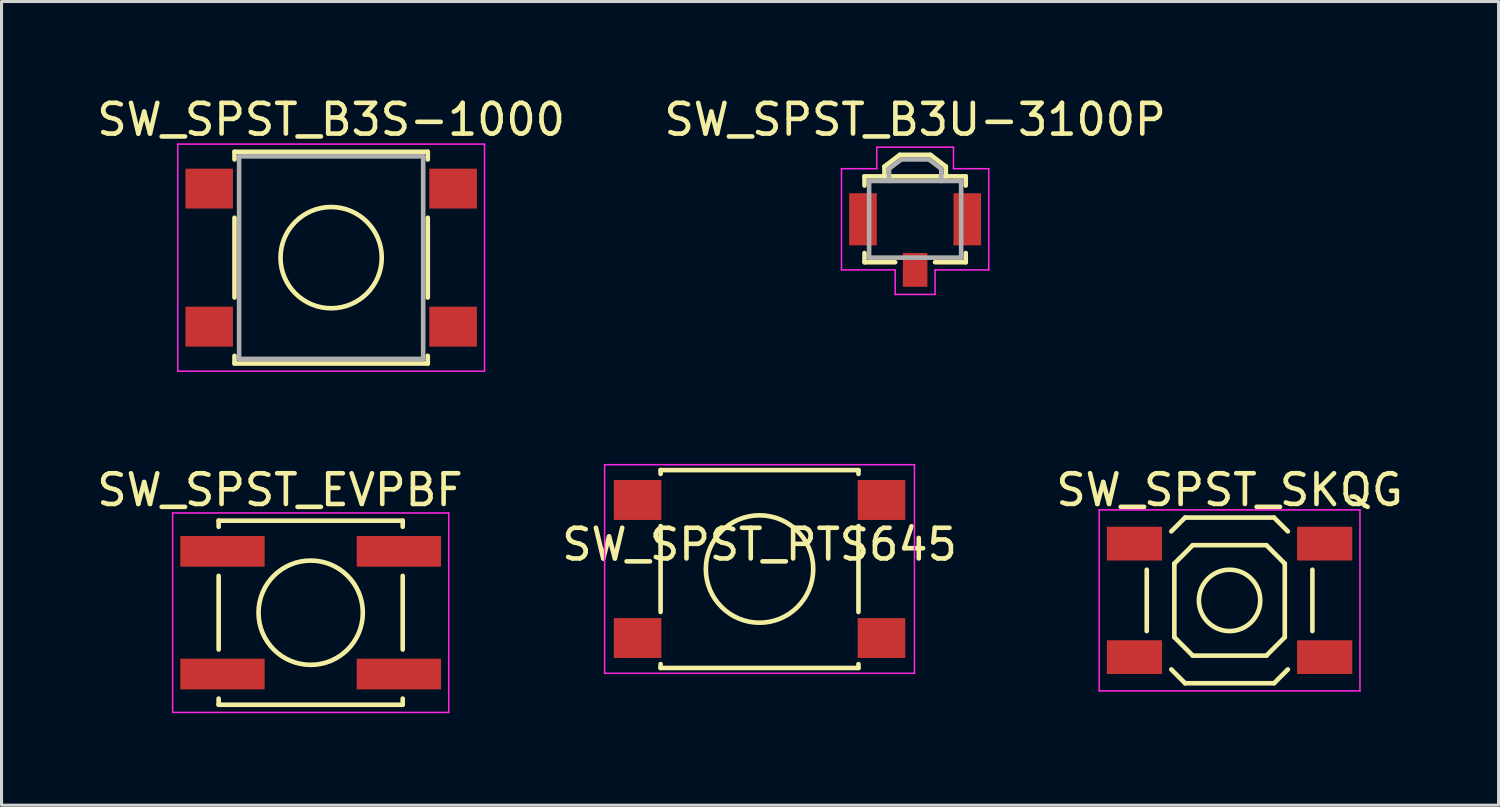
<source format=kicad_pcb>
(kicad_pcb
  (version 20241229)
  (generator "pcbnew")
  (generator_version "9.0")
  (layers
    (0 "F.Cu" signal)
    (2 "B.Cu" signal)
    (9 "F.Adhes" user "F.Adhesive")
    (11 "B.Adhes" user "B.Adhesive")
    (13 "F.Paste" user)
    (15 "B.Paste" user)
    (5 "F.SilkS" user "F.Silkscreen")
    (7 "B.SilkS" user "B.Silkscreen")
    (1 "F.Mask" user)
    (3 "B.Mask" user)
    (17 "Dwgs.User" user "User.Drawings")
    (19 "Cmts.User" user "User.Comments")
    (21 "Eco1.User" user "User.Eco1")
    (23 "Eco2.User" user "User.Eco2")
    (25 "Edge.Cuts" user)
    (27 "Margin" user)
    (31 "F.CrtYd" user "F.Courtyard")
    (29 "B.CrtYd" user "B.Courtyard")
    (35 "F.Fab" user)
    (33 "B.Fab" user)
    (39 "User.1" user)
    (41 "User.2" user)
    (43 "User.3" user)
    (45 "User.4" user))
  (footprint "SW_SPST_B3U-3100P"
    (layer "F.Cu")
    (at 26.78 4.098)
    (property "Reference" "SW_SPST_B3U-3100P" (at 0 -3.25 0) (layer "F.SilkS") (effects (font (size 1 1) (thickness 0.15))))
    (attr smd)
    (fp_line (start -1.65 -1.4) (end 1.65 -1.4) (stroke (width 0.15) (type solid)) (layer "F.SilkS"))
    (fp_line (start -1.65 -1.1) (end -1.65 -1.4) (stroke (width 0.15) (type solid)) (layer "F.SilkS"))
    (fp_line (start -1.65 1.1) (end -1.65 1.4) (stroke (width 0.15) (type solid)) (layer "F.SilkS"))
    (fp_line (start -1.65 1.4) (end -0.65 1.4) (stroke (width 0.15) (type solid)) (layer "F.SilkS"))
    (fp_line (start -1 -1.72) (end -1 -1.4) (stroke (width 0.15) (type solid)) (layer "F.SilkS"))
    (fp_line (start -0.5 -2.1) (end -1 -1.72) (stroke (width 0.15) (type solid)) (layer "F.SilkS"))
    (fp_line (start -0.5 -2.1) (end 0.5 -2.1) (stroke (width 0.15) (type solid)) (layer "F.SilkS"))
    (fp_line (start 0.5 -2.1) (end 1 -1.72) (stroke (width 0.15) (type solid)) (layer "F.SilkS"))
    (fp_line (start 1 -1.72) (end 1 -1.4) (stroke (width 0.15) (type solid)) (layer "F.SilkS"))
    (fp_line (start 1.65 -1.4) (end 1.65 -1.1) (stroke (width 0.15) (type solid)) (layer "F.SilkS"))
    (fp_line (start 1.65 1.4) (end 0.65 1.4) (stroke (width 0.15) (type solid)) (layer "F.SilkS"))
    (fp_line (start 1.65 1.4) (end 1.65 1.1) (stroke (width 0.15) (type solid)) (layer "F.SilkS"))
    (fp_line (start -2.4 -1.65) (end -2.4 1.65) (stroke (width 0.05) (type solid)) (layer "F.CrtYd"))
    (fp_line (start -2.4 1.65) (end -0.65 1.65) (stroke (width 0.05) (type solid)) (layer "F.CrtYd"))
    (fp_line (start -1.25 -2.35) (end 1.25 -2.35) (stroke (width 0.05) (type solid)) (layer "F.CrtYd"))
    (fp_line (start -1.25 -1.65) (end -2.4 -1.65) (stroke (width 0.05) (type solid)) (layer "F.CrtYd"))
    (fp_line (start -1.25 -1.65) (end -1.25 -2.35) (stroke (width 0.05) (type solid)) (layer "F.CrtYd"))
    (fp_line (start -0.65 1.65) (end -0.65 2.45) (stroke (width 0.05) (type solid)) (layer "F.CrtYd"))
    (fp_line (start -0.65 2.45) (end 0.65 2.45) (stroke (width 0.05) (type solid)) (layer "F.CrtYd"))
    (fp_line (start 0.65 1.65) (end 2.4 1.65) (stroke (width 0.05) (type solid)) (layer "F.CrtYd"))
    (fp_line (start 0.65 2.45) (end 0.65 1.65) (stroke (width 0.05) (type solid)) (layer "F.CrtYd"))
    (fp_line (start 1.25 -2.35) (end 1.25 -1.65) (stroke (width 0.05) (type solid)) (layer "F.CrtYd"))
    (fp_line (start 1.25 -1.65) (end 2.4 -1.65) (stroke (width 0.05) (type solid)) (layer "F.CrtYd"))
    (fp_line (start 2.4 1.65) (end 2.4 -1.65) (stroke (width 0.05) (type solid)) (layer "F.CrtYd"))
    (fp_line (start -1.5 -1.25) (end 1.5 -1.25) (stroke (width 0.15) (type solid)) (layer "F.Fab"))
    (fp_line (start -1.5 1.25) (end -1.5 -1.25) (stroke (width 0.15) (type solid)) (layer "F.Fab"))
    (fp_line (start -0.85 -1.65) (end -0.45 -1.95) (stroke (width 0.15) (type solid)) (layer "F.Fab"))
    (fp_line (start -0.85 -1.25) (end -0.85 -1.65) (stroke (width 0.15) (type solid)) (layer "F.Fab"))
    (fp_line (start -0.45 -1.95) (end 0.45 -1.95) (stroke (width 0.15) (type solid)) (layer "F.Fab"))
    (fp_line (start 0.45 -1.95) (end 0.85 -1.65) (stroke (width 0.15) (type solid)) (layer "F.Fab"))
    (fp_line (start 0.85 -1.65) (end 0.85 -1.25) (stroke (width 0.15) (type solid)) (layer "F.Fab"))
    (fp_line (start 1.5 -1.25) (end 1.5 1.25) (stroke (width 0.15) (type solid)) (layer "F.Fab"))
    (fp_line (start 1.5 1.25) (end -1.5 1.25) (stroke (width 0.15) (type solid)) (layer "F.Fab"))
    (pad "1" smd rect (at -1.7 0) (size 0.9 1.7) (layers "F.Cu" "F.Mask" "F.Paste"))
    (pad "2" smd rect (at 1.7 0) (size 0.9 1.7) (layers "F.Cu" "F.Mask" "F.Paste"))
    (pad "3" smd rect (at 0 1.65) (size 0.8 1.1) (layers "F.Cu" "F.Mask" "F.Paste")))
  (footprint "SW_SPST_B3S-1000"
    (layer "F.Cu")
    (at 7.744 5.348)
    (property "Reference" "SW_SPST_B3S-1000" (at 0 -4.5 0) (layer "F.SilkS") (effects (font (size 1 1) (thickness 0.15))))
    (attr smd)
    (fp_line (start -3.15 -3.45) (end 3.15 -3.45) (stroke (width 0.15) (type solid)) (layer "F.SilkS"))
    (fp_line (start -3.15 -3.2) (end -3.15 -3.45) (stroke (width 0.15) (type solid)) (layer "F.SilkS"))
    (fp_line (start -3.15 1.3) (end -3.15 -1.3) (stroke (width 0.15) (type solid)) (layer "F.SilkS"))
    (fp_line (start -3.15 3.45) (end -3.15 3.2) (stroke (width 0.15) (type solid)) (layer "F.SilkS"))
    (fp_line (start 3.15 -3.45) (end 3.15 -3.2) (stroke (width 0.15) (type solid)) (layer "F.SilkS"))
    (fp_line (start 3.15 -1.3) (end 3.15 1.3) (stroke (width 0.15) (type solid)) (layer "F.SilkS"))
    (fp_line (start 3.15 3.2) (end 3.15 3.45) (stroke (width 0.15) (type solid)) (layer "F.SilkS"))
    (fp_line (start 3.15 3.45) (end -3.15 3.45) (stroke (width 0.15) (type solid)) (layer "F.SilkS"))
    (fp_circle (center 0 0) (end 1.65 0) (stroke (width 0.15) (type solid)) (fill no) (layer "F.SilkS"))
    (fp_line (start -5 -3.7) (end -5 3.7) (stroke (width 0.05) (type solid)) (layer "F.CrtYd"))
    (fp_line (start -5 3.7) (end 5 3.7) (stroke (width 0.05) (type solid)) (layer "F.CrtYd"))
    (fp_line (start 5 -3.7) (end -5 -3.7) (stroke (width 0.05) (type solid)) (layer "F.CrtYd"))
    (fp_line (start 5 3.7) (end 5 -3.7) (stroke (width 0.05) (type solid)) (layer "F.CrtYd"))
    (fp_line (start -3 -3.3) (end 3 -3.3) (stroke (width 0.15) (type solid)) (layer "F.Fab"))
    (fp_line (start -3 3.3) (end -3 -3.3) (stroke (width 0.15) (type solid)) (layer "F.Fab"))
    (fp_line (start 3 -3.3) (end 3 3.3) (stroke (width 0.15) (type solid)) (layer "F.Fab"))
    (fp_line (start 3 3.3) (end -3 3.3) (stroke (width 0.15) (type solid)) (layer "F.Fab"))
    (pad "1" smd rect (at -3.975 -2.25) (size 1.55 1.3) (layers "F.Cu" "F.Mask" "F.Paste"))
    (pad "1" smd rect (at 3.975 -2.25) (size 1.55 1.3) (layers "F.Cu" "F.Mask" "F.Paste"))
    (pad "2" smd rect (at -3.975 2.25) (size 1.55 1.3) (layers "F.Cu" "F.Mask" "F.Paste"))
    (pad "2" smd rect (at 3.975 2.25) (size 1.55 1.3) (layers "F.Cu" "F.Mask" "F.Paste")))
  (footprint "SW_SPST_SKQG"
    (layer "F.Cu")
    (at 37.03 16.521)
    (property "Reference" "SW_SPST_SKQG" (at 0 -3.6 0) (layer "F.SilkS") (effects (font (size 1 1) (thickness 0.15))))
    (attr smd)
    (fp_line (start -2.7 1) (end -2.7 -1) (stroke (width 0.15) (type solid)) (layer "F.SilkS"))
    (fp_line (start -1.9 -2.25) (end -1.45 -2.7) (stroke (width 0.15) (type solid)) (layer "F.SilkS"))
    (fp_line (start -1.8 -1.2) (end -1.2 -1.8) (stroke (width 0.15) (type solid)) (layer "F.SilkS"))
    (fp_line (start -1.8 1.2) (end -1.8 -1.2) (stroke (width 0.15) (type solid)) (layer "F.SilkS"))
    (fp_line (start -1.45 -2.7) (end 1.45 -2.7) (stroke (width 0.15) (type solid)) (layer "F.SilkS"))
    (fp_line (start -1.45 2.7) (end -1.9 2.25) (stroke (width 0.15) (type solid)) (layer "F.SilkS"))
    (fp_line (start -1.2 -1.8) (end 1.2 -1.8) (stroke (width 0.15) (type solid)) (layer "F.SilkS"))
    (fp_line (start -1.2 1.8) (end -1.8 1.2) (stroke (width 0.15) (type solid)) (layer "F.SilkS"))
    (fp_line (start 1.2 -1.8) (end 1.8 -1.2) (stroke (width 0.15) (type solid)) (layer "F.SilkS"))
    (fp_line (start 1.2 1.8) (end -1.2 1.8) (stroke (width 0.15) (type solid)) (layer "F.SilkS"))
    (fp_line (start 1.45 -2.7) (end 1.9 -2.25) (stroke (width 0.15) (type solid)) (layer "F.SilkS"))
    (fp_line (start 1.45 2.7) (end -1.45 2.7) (stroke (width 0.15) (type solid)) (layer "F.SilkS"))
    (fp_line (start 1.8 -1.2) (end 1.8 1.2) (stroke (width 0.15) (type solid)) (layer "F.SilkS"))
    (fp_line (start 1.8 1.2) (end 1.2 1.8) (stroke (width 0.15) (type solid)) (layer "F.SilkS"))
    (fp_line (start 1.9 2.25) (end 1.45 2.7) (stroke (width 0.15) (type solid)) (layer "F.SilkS"))
    (fp_line (start 2.7 -1) (end 2.7 1) (stroke (width 0.15) (type solid)) (layer "F.SilkS"))
    (fp_circle (center 0 0) (end 1 0) (stroke (width 0.15) (type solid)) (fill no) (layer "F.SilkS"))
    (fp_line (start -4.25 -2.95) (end -4.25 2.95) (stroke (width 0.05) (type solid)) (layer "F.CrtYd"))
    (fp_line (start -4.25 2.95) (end 4.25 2.95) (stroke (width 0.05) (type solid)) (layer "F.CrtYd"))
    (fp_line (start 4.25 -2.95) (end -4.25 -2.95) (stroke (width 0.05) (type solid)) (layer "F.CrtYd"))
    (fp_line (start 4.25 2.95) (end 4.25 -2.95) (stroke (width 0.05) (type solid)) (layer "F.CrtYd"))
    (pad "1" smd rect (at -3.1 -1.85) (size 1.8 1.1) (layers "F.Cu" "F.Mask" "F.Paste"))
    (pad "1" smd rect (at 3.1 -1.85) (size 1.8 1.1) (layers "F.Cu" "F.Mask" "F.Paste"))
    (pad "2" smd rect (at -3.1 1.85) (size 1.8 1.1) (layers "F.Cu" "F.Mask" "F.Paste"))
    (pad "2" smd rect (at 3.1 1.85) (size 1.8 1.1) (layers "F.Cu" "F.Mask" "F.Paste")))
  (footprint "SW_SPST_EVPBF"
    (layer "F.Cu")
    (at 7.077 16.922)
    (property "Reference" "SW_SPST_EVPBF" (at -1 -4 0) (layer "F.SilkS") (effects (font (size 1 1) (thickness 0.15))))
    (attr smd)
    (fp_line (start -3 -3) (end -3 -2.8) (stroke (width 0.15) (type solid)) (layer "F.SilkS"))
    (fp_line (start -3 -1.2) (end -3 1.2) (stroke (width 0.15) (type solid)) (layer "F.SilkS"))
    (fp_line (start -3 3) (end -3 2.8) (stroke (width 0.15) (type solid)) (layer "F.SilkS"))
    (fp_line (start -3 3) (end 3 3) (stroke (width 0.15) (type solid)) (layer "F.SilkS"))
    (fp_line (start 3 -3) (end -3 -3) (stroke (width 0.15) (type solid)) (layer "F.SilkS"))
    (fp_line (start 3 -3) (end 3 -2.8) (stroke (width 0.15) (type solid)) (layer "F.SilkS"))
    (fp_line (start 3 -1.2) (end 3 1.2) (stroke (width 0.15) (type solid)) (layer "F.SilkS"))
    (fp_line (start 3 3) (end 3 2.8) (stroke (width 0.15) (type solid)) (layer "F.SilkS"))
    (fp_circle (center 0 0) (end 1.7 0) (stroke (width 0.15) (type solid)) (fill no) (layer "F.SilkS"))
    (fp_line (start -4.5 -3.25) (end 4.5 -3.25) (stroke (width 0.05) (type solid)) (layer "F.CrtYd"))
    (fp_line (start -4.5 3.25) (end -4.5 -3.25) (stroke (width 0.05) (type solid)) (layer "F.CrtYd"))
    (fp_line (start 4.5 -3.25) (end 4.5 3.25) (stroke (width 0.05) (type solid)) (layer "F.CrtYd"))
    (fp_line (start 4.5 3.25) (end -4.5 3.25) (stroke (width 0.05) (type solid)) (layer "F.CrtYd"))
    (pad "1" smd rect (at -2.875 -2) (size 2.75 1) (layers "F.Cu" "F.Mask" "F.Paste"))
    (pad "1" smd rect (at 2.875 -2) (size 2.75 1) (layers "F.Cu" "F.Mask" "F.Paste"))
    (pad "2" smd rect (at -2.875 2) (size 2.75 1) (layers "F.Cu" "F.Mask" "F.Paste"))
    (pad "2" smd rect (at 2.875 2) (size 2.75 1) (layers "F.Cu" "F.Mask" "F.Paste")))
  (footprint "SW_SPST_PTS645"
    (layer "F.Cu")
    (at 21.708 15.498)
    (property "Reference" "SW_SPST_PTS645" (at 0 -0.8 0) (layer "F.SilkS") (effects (font (size 1 1) (thickness 0.15))))
    (attr through_hole)
    (fp_line (start -3.225 -3.225) (end 3.225 -3.225) (stroke (width 0.15) (type solid)) (layer "F.SilkS"))
    (fp_line (start -3.225 -3.1) (end -3.225 -3.225) (stroke (width 0.15) (type solid)) (layer "F.SilkS"))
    (fp_line (start -3.225 -1.4) (end -3.225 1.4) (stroke (width 0.15) (type solid)) (layer "F.SilkS"))
    (fp_line (start -3.225 3.225) (end -3.225 3.1) (stroke (width 0.15) (type solid)) (layer "F.SilkS"))
    (fp_line (start -3.225 3.225) (end 3.225 3.225) (stroke (width 0.15) (type solid)) (layer "F.SilkS"))
    (fp_line (start 3.225 -3.225) (end 3.225 -3.1) (stroke (width 0.15) (type solid)) (layer "F.SilkS"))
    (fp_line (start 3.225 -1.4) (end 3.225 1.4) (stroke (width 0.15) (type solid)) (layer "F.SilkS"))
    (fp_line (start 3.225 3.225) (end 3.225 3.1) (stroke (width 0.15) (type solid)) (layer "F.SilkS"))
    (fp_circle (center 0 0) (end 1.75 -0.05) (stroke (width 0.15) (type solid)) (fill no) (layer "F.SilkS"))
    (fp_line (start -5.05 -3.4) (end -5.05 3.4) (stroke (width 0.05) (type solid)) (layer "F.CrtYd"))
    (fp_line (start -5.05 -3.4) (end 5.05 -3.4) (stroke (width 0.05) (type solid)) (layer "F.CrtYd"))
    (fp_line (start -5.05 3.4) (end 5.05 3.4) (stroke (width 0.05) (type solid)) (layer "F.CrtYd"))
    (fp_line (start 5.05 3.4) (end 5.05 -3.4) (stroke (width 0.05) (type solid)) (layer "F.CrtYd"))
    (pad "1" smd rect (at -3.975 -2.25) (size 1.55 1.3) (layers "F.Cu" "F.Mask" "F.Paste"))
    (pad "1" smd rect (at 3.975 -2.25) (size 1.55 1.3) (layers "F.Cu" "F.Mask" "F.Paste"))
    (pad "2" smd rect (at -3.975 2.25) (size 1.55 1.3) (layers "F.Cu" "F.Mask" "F.Paste"))
    (pad "2" smd rect (at 3.975 2.25) (size 1.55 1.3) (layers "F.Cu" "F.Mask" "F.Paste")))
  (gr_rect
    (start -3 -3)
    (end 45.798 23.197)
    (stroke (width 0.1) (type default))
    (fill no)
    (layer "Edge.Cuts")))
</source>
